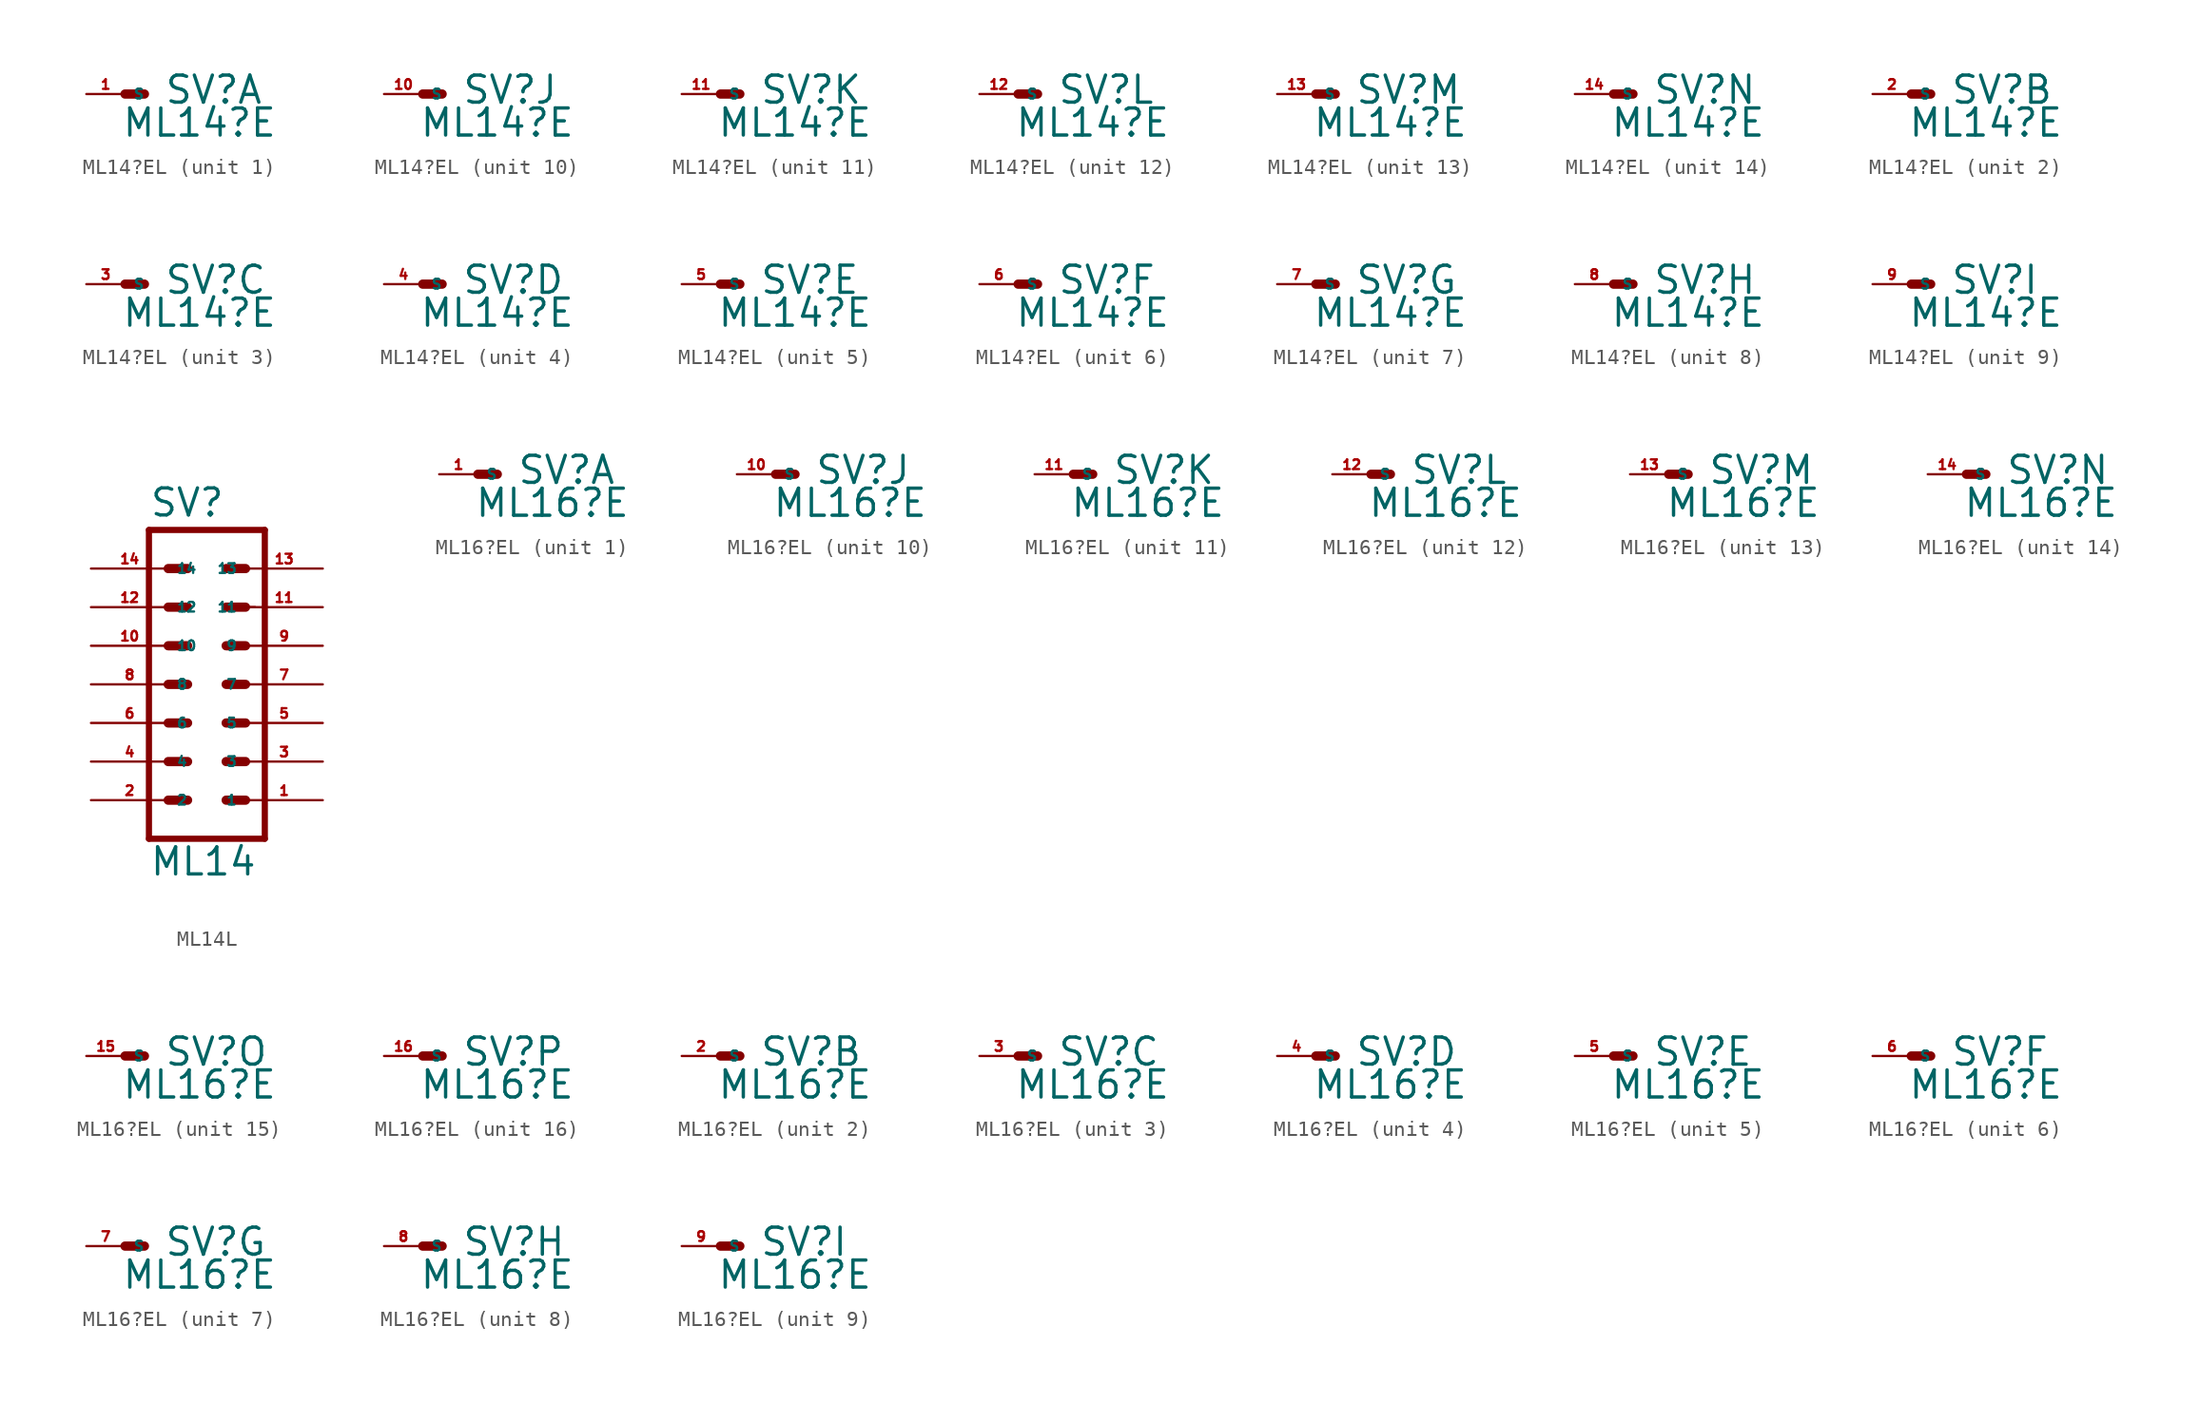
<source format=kicad_sym>
(kicad_symbol_lib
  (version 20220914)
  (generator Eagle2Kicad)
  (symbol "ML14?EL"
    (property "Reference" "SV"
      (at 2.54 -0.762 0)
      (effects (font (size 1.778 1.778) (thickness 0.22)) (justify left bottom)))
    (property "Value" "ML14?E"
      (at -0.254 -2.921 0)
      (effects (font (size 1.778 1.778) (thickness 0.22)) (justify left bottom)))
    (symbol "ML14?EL_1_0"
      (polyline (pts (xy 1.27 0) (xy 0 0)) (stroke (width 0.61) (type default)) (fill (type none)))
      (pin passive line (at -2.54 0 0) (length 2.54) (name "S" (effects (font (size 0.635 0.635) (thickness 0.08)) (justify left bottom))) (number "1" (effects (font (size 0.635 0.635) (thickness 0.08)) (justify left bottom)))))
    (symbol "ML14?EL_2_0"
      (polyline (pts (xy 1.27 0) (xy 0 0)) (stroke (width 0.61) (type default)) (fill (type none)))
      (pin passive line (at -2.54 0 0) (length 2.54) (name "S" (effects (font (size 0.635 0.635) (thickness 0.08)) (justify left bottom))) (number "2" (effects (font (size 0.635 0.635) (thickness 0.08)) (justify left bottom)))))
    (symbol "ML14?EL_3_0"
      (polyline (pts (xy 1.27 0) (xy 0 0)) (stroke (width 0.61) (type default)) (fill (type none)))
      (pin passive line (at -2.54 0 0) (length 2.54) (name "S" (effects (font (size 0.635 0.635) (thickness 0.08)) (justify left bottom))) (number "3" (effects (font (size 0.635 0.635) (thickness 0.08)) (justify left bottom)))))
    (symbol "ML14?EL_4_0"
      (polyline (pts (xy 1.27 0) (xy 0 0)) (stroke (width 0.61) (type default)) (fill (type none)))
      (pin passive line (at -2.54 0 0) (length 2.54) (name "S" (effects (font (size 0.635 0.635) (thickness 0.08)) (justify left bottom))) (number "4" (effects (font (size 0.635 0.635) (thickness 0.08)) (justify left bottom)))))
    (symbol "ML14?EL_5_0"
      (polyline (pts (xy 1.27 0) (xy 0 0)) (stroke (width 0.61) (type default)) (fill (type none)))
      (pin passive line (at -2.54 0 0) (length 2.54) (name "S" (effects (font (size 0.635 0.635) (thickness 0.08)) (justify left bottom))) (number "5" (effects (font (size 0.635 0.635) (thickness 0.08)) (justify left bottom)))))
    (symbol "ML14?EL_6_0"
      (polyline (pts (xy 1.27 0) (xy 0 0)) (stroke (width 0.61) (type default)) (fill (type none)))
      (pin passive line (at -2.54 0 0) (length 2.54) (name "S" (effects (font (size 0.635 0.635) (thickness 0.08)) (justify left bottom))) (number "6" (effects (font (size 0.635 0.635) (thickness 0.08)) (justify left bottom)))))
    (symbol "ML14?EL_7_0"
      (polyline (pts (xy 1.27 0) (xy 0 0)) (stroke (width 0.61) (type default)) (fill (type none)))
      (pin passive line (at -2.54 0 0) (length 2.54) (name "S" (effects (font (size 0.635 0.635) (thickness 0.08)) (justify left bottom))) (number "7" (effects (font (size 0.635 0.635) (thickness 0.08)) (justify left bottom)))))
    (symbol "ML14?EL_8_0"
      (polyline (pts (xy 1.27 0) (xy 0 0)) (stroke (width 0.61) (type default)) (fill (type none)))
      (pin passive line (at -2.54 0 0) (length 2.54) (name "S" (effects (font (size 0.635 0.635) (thickness 0.08)) (justify left bottom))) (number "8" (effects (font (size 0.635 0.635) (thickness 0.08)) (justify left bottom)))))
    (symbol "ML14?EL_9_0"
      (polyline (pts (xy 1.27 0) (xy 0 0)) (stroke (width 0.61) (type default)) (fill (type none)))
      (pin passive line (at -2.54 0 0) (length 2.54) (name "S" (effects (font (size 0.635 0.635) (thickness 0.08)) (justify left bottom))) (number "9" (effects (font (size 0.635 0.635) (thickness 0.08)) (justify left bottom)))))
    (symbol "ML14?EL_10_0"
      (polyline (pts (xy 1.27 0) (xy 0 0)) (stroke (width 0.61) (type default)) (fill (type none)))
      (pin passive line (at -2.54 0 0) (length 2.54) (name "S" (effects (font (size 0.635 0.635) (thickness 0.08)) (justify left bottom))) (number "10" (effects (font (size 0.635 0.635) (thickness 0.08)) (justify left bottom)))))
    (symbol "ML14?EL_11_0"
      (polyline (pts (xy 1.27 0) (xy 0 0)) (stroke (width 0.61) (type default)) (fill (type none)))
      (pin passive line (at -2.54 0 0) (length 2.54) (name "S" (effects (font (size 0.635 0.635) (thickness 0.08)) (justify left bottom))) (number "11" (effects (font (size 0.635 0.635) (thickness 0.08)) (justify left bottom)))))
    (symbol "ML14?EL_12_0"
      (polyline (pts (xy 1.27 0) (xy 0 0)) (stroke (width 0.61) (type default)) (fill (type none)))
      (pin passive line (at -2.54 0 0) (length 2.54) (name "S" (effects (font (size 0.635 0.635) (thickness 0.08)) (justify left bottom))) (number "12" (effects (font (size 0.635 0.635) (thickness 0.08)) (justify left bottom)))))
    (symbol "ML14?EL_13_0"
      (polyline (pts (xy 1.27 0) (xy 0 0)) (stroke (width 0.61) (type default)) (fill (type none)))
      (pin passive line (at -2.54 0 0) (length 2.54) (name "S" (effects (font (size 0.635 0.635) (thickness 0.08)) (justify left bottom))) (number "13" (effects (font (size 0.635 0.635) (thickness 0.08)) (justify left bottom)))))
    (symbol "ML14?EL_14_0"
      (polyline (pts (xy 1.27 0) (xy 0 0)) (stroke (width 0.61) (type default)) (fill (type none)))
      (pin passive line (at -2.54 0 0) (length 2.54) (name "S" (effects (font (size 0.635 0.635) (thickness 0.08)) (justify left bottom))) (number "14" (effects (font (size 0.635 0.635) (thickness 0.08)) (justify left bottom))))))
  (symbol "ML14L"
    (property "Reference" "SV"
      (at -3.81 10.922 0)
      (effects (font (size 1.778 1.778) (thickness 0.22)) (justify left bottom)))
    (property "Value" "ML14"
      (at -3.81 -12.7 0)
      (effects (font (size 1.778 1.778) (thickness 0.22)) (justify left bottom)))
    (polyline
      (pts (xy 3.81 -10.16) (xy -3.81 -10.16))
      (stroke (width 0.406) (type default))
      (fill (type none)))
    (polyline
      (pts (xy -3.81 10.16) (xy -3.81 -10.16))
      (stroke (width 0.406) (type default))
      (fill (type none)))
    (polyline
      (pts (xy -3.81 10.16) (xy 3.81 10.16))
      (stroke (width 0.406) (type default))
      (fill (type none)))
    (polyline
      (pts (xy 3.81 -10.16) (xy 3.81 10.16))
      (stroke (width 0.406) (type default))
      (fill (type none)))
    (polyline
      (pts (xy 2.54 5.08) (xy 3.175 5.08))
      (stroke (width 0.152) (type default))
      (fill (type none)))
    (polyline
      (pts (xy 1.27 2.54) (xy 2.54 2.54))
      (stroke (width 0.61) (type default))
      (fill (type none)))
    (polyline
      (pts (xy 1.27 0) (xy 2.54 0))
      (stroke (width 0.61) (type default))
      (fill (type none)))
    (polyline
      (pts (xy 1.27 -2.54) (xy 2.54 -2.54))
      (stroke (width 0.61) (type default))
      (fill (type none)))
    (polyline
      (pts (xy 1.27 -5.08) (xy 2.54 -5.08))
      (stroke (width 0.61) (type default))
      (fill (type none)))
    (polyline
      (pts (xy 1.27 -7.62) (xy 2.54 -7.62))
      (stroke (width 0.61) (type default))
      (fill (type none)))
    (polyline
      (pts (xy -2.54 2.54) (xy -1.27 2.54))
      (stroke (width 0.61) (type default))
      (fill (type none)))
    (polyline
      (pts (xy -2.54 0) (xy -1.27 0))
      (stroke (width 0.61) (type default))
      (fill (type none)))
    (polyline
      (pts (xy -2.54 -2.54) (xy -1.27 -2.54))
      (stroke (width 0.61) (type default))
      (fill (type none)))
    (polyline
      (pts (xy -2.54 -5.08) (xy -1.27 -5.08))
      (stroke (width 0.61) (type default))
      (fill (type none)))
    (polyline
      (pts (xy -2.54 -7.62) (xy -1.27 -7.62))
      (stroke (width 0.61) (type default))
      (fill (type none)))
    (polyline
      (pts (xy 1.27 5.08) (xy 2.54 5.08))
      (stroke (width 0.61) (type default))
      (fill (type none)))
    (polyline
      (pts (xy 1.27 7.62) (xy 2.54 7.62))
      (stroke (width 0.61) (type default))
      (fill (type none)))
    (polyline
      (pts (xy -2.54 5.08) (xy -1.27 5.08))
      (stroke (width 0.61) (type default))
      (fill (type none)))
    (polyline
      (pts (xy -2.54 7.62) (xy -1.27 7.62))
      (stroke (width 0.61) (type default))
      (fill (type none)))
    (pin passive line
      (at 7.62 -7.62 180)
      (length 5.08)
      (name "1" (effects (font (size 0.635 0.635) (thickness 0.08)) (justify left bottom)))
      (number "1" (effects (font (size 0.635 0.635) (thickness 0.08)) (justify left bottom))))
    (pin passive line
      (at 7.62 -5.08 180)
      (length 5.08)
      (name "3" (effects (font (size 0.635 0.635) (thickness 0.08)) (justify left bottom)))
      (number "3" (effects (font (size 0.635 0.635) (thickness 0.08)) (justify left bottom))))
    (pin passive line
      (at 7.62 -2.54 180)
      (length 5.08)
      (name "5" (effects (font (size 0.635 0.635) (thickness 0.08)) (justify left bottom)))
      (number "5" (effects (font (size 0.635 0.635) (thickness 0.08)) (justify left bottom))))
    (pin passive line
      (at 7.62 0 180)
      (length 5.08)
      (name "7" (effects (font (size 0.635 0.635) (thickness 0.08)) (justify left bottom)))
      (number "7" (effects (font (size 0.635 0.635) (thickness 0.08)) (justify left bottom))))
    (pin passive line
      (at 7.62 2.54 180)
      (length 5.08)
      (name "9" (effects (font (size 0.635 0.635) (thickness 0.08)) (justify left bottom)))
      (number "9" (effects (font (size 0.635 0.635) (thickness 0.08)) (justify left bottom))))
    (pin passive line
      (at 7.62 5.08 180)
      (length 5.08)
      (name "11" (effects (font (size 0.635 0.635) (thickness 0.08)) (justify left bottom)))
      (number "11" (effects (font (size 0.635 0.635) (thickness 0.08)) (justify left bottom))))
    (pin passive line
      (at 7.62 7.62 180)
      (length 5.08)
      (name "13" (effects (font (size 0.635 0.635) (thickness 0.08)) (justify left bottom)))
      (number "13" (effects (font (size 0.635 0.635) (thickness 0.08)) (justify left bottom))))
    (pin passive line
      (at -7.62 -7.62 0)
      (length 5.08)
      (name "2" (effects (font (size 0.635 0.635) (thickness 0.08)) (justify left bottom)))
      (number "2" (effects (font (size 0.635 0.635) (thickness 0.08)) (justify left bottom))))
    (pin passive line
      (at -7.62 -5.08 0)
      (length 5.08)
      (name "4" (effects (font (size 0.635 0.635) (thickness 0.08)) (justify left bottom)))
      (number "4" (effects (font (size 0.635 0.635) (thickness 0.08)) (justify left bottom))))
    (pin passive line
      (at -7.62 -2.54 0)
      (length 5.08)
      (name "6" (effects (font (size 0.635 0.635) (thickness 0.08)) (justify left bottom)))
      (number "6" (effects (font (size 0.635 0.635) (thickness 0.08)) (justify left bottom))))
    (pin passive line
      (at -7.62 5.08 0)
      (length 5.08)
      (name "12" (effects (font (size 0.635 0.635) (thickness 0.08)) (justify left bottom)))
      (number "12" (effects (font (size 0.635 0.635) (thickness 0.08)) (justify left bottom))))
    (pin passive line
      (at -7.62 7.62 0)
      (length 5.08)
      (name "14" (effects (font (size 0.635 0.635) (thickness 0.08)) (justify left bottom)))
      (number "14" (effects (font (size 0.635 0.635) (thickness 0.08)) (justify left bottom))))
    (pin passive line
      (at -7.62 0 0)
      (length 5.08)
      (name "8" (effects (font (size 0.635 0.635) (thickness 0.08)) (justify left bottom)))
      (number "8" (effects (font (size 0.635 0.635) (thickness 0.08)) (justify left bottom))))
    (pin passive line
      (at -7.62 2.54 0)
      (length 5.08)
      (name "10" (effects (font (size 0.635 0.635) (thickness 0.08)) (justify left bottom)))
      (number "10" (effects (font (size 0.635 0.635) (thickness 0.08)) (justify left bottom)))))
  (symbol "ML16?EL"
    (property "Reference" "SV"
      (at 2.54 -0.762 0)
      (effects (font (size 1.778 1.778) (thickness 0.22)) (justify left bottom)))
    (property "Value" "ML16?E"
      (at -0.254 -2.921 0)
      (effects (font (size 1.778 1.778) (thickness 0.22)) (justify left bottom)))
    (symbol "ML16?EL_1_0"
      (polyline (pts (xy 1.27 0) (xy 0 0)) (stroke (width 0.61) (type default)) (fill (type none)))
      (pin passive line (at -2.54 0 0) (length 2.54) (name "S" (effects (font (size 0.635 0.635) (thickness 0.08)) (justify left bottom))) (number "1" (effects (font (size 0.635 0.635) (thickness 0.08)) (justify left bottom)))))
    (symbol "ML16?EL_2_0"
      (polyline (pts (xy 1.27 0) (xy 0 0)) (stroke (width 0.61) (type default)) (fill (type none)))
      (pin passive line (at -2.54 0 0) (length 2.54) (name "S" (effects (font (size 0.635 0.635) (thickness 0.08)) (justify left bottom))) (number "2" (effects (font (size 0.635 0.635) (thickness 0.08)) (justify left bottom)))))
    (symbol "ML16?EL_3_0"
      (polyline (pts (xy 1.27 0) (xy 0 0)) (stroke (width 0.61) (type default)) (fill (type none)))
      (pin passive line (at -2.54 0 0) (length 2.54) (name "S" (effects (font (size 0.635 0.635) (thickness 0.08)) (justify left bottom))) (number "3" (effects (font (size 0.635 0.635) (thickness 0.08)) (justify left bottom)))))
    (symbol "ML16?EL_4_0"
      (polyline (pts (xy 1.27 0) (xy 0 0)) (stroke (width 0.61) (type default)) (fill (type none)))
      (pin passive line (at -2.54 0 0) (length 2.54) (name "S" (effects (font (size 0.635 0.635) (thickness 0.08)) (justify left bottom))) (number "4" (effects (font (size 0.635 0.635) (thickness 0.08)) (justify left bottom)))))
    (symbol "ML16?EL_5_0"
      (polyline (pts (xy 1.27 0) (xy 0 0)) (stroke (width 0.61) (type default)) (fill (type none)))
      (pin passive line (at -2.54 0 0) (length 2.54) (name "S" (effects (font (size 0.635 0.635) (thickness 0.08)) (justify left bottom))) (number "5" (effects (font (size 0.635 0.635) (thickness 0.08)) (justify left bottom)))))
    (symbol "ML16?EL_6_0"
      (polyline (pts (xy 1.27 0) (xy 0 0)) (stroke (width 0.61) (type default)) (fill (type none)))
      (pin passive line (at -2.54 0 0) (length 2.54) (name "S" (effects (font (size 0.635 0.635) (thickness 0.08)) (justify left bottom))) (number "6" (effects (font (size 0.635 0.635) (thickness 0.08)) (justify left bottom)))))
    (symbol "ML16?EL_7_0"
      (polyline (pts (xy 1.27 0) (xy 0 0)) (stroke (width 0.61) (type default)) (fill (type none)))
      (pin passive line (at -2.54 0 0) (length 2.54) (name "S" (effects (font (size 0.635 0.635) (thickness 0.08)) (justify left bottom))) (number "7" (effects (font (size 0.635 0.635) (thickness 0.08)) (justify left bottom)))))
    (symbol "ML16?EL_8_0"
      (polyline (pts (xy 1.27 0) (xy 0 0)) (stroke (width 0.61) (type default)) (fill (type none)))
      (pin passive line (at -2.54 0 0) (length 2.54) (name "S" (effects (font (size 0.635 0.635) (thickness 0.08)) (justify left bottom))) (number "8" (effects (font (size 0.635 0.635) (thickness 0.08)) (justify left bottom)))))
    (symbol "ML16?EL_9_0"
      (polyline (pts (xy 1.27 0) (xy 0 0)) (stroke (width 0.61) (type default)) (fill (type none)))
      (pin passive line (at -2.54 0 0) (length 2.54) (name "S" (effects (font (size 0.635 0.635) (thickness 0.08)) (justify left bottom))) (number "9" (effects (font (size 0.635 0.635) (thickness 0.08)) (justify left bottom)))))
    (symbol "ML16?EL_10_0"
      (polyline (pts (xy 1.27 0) (xy 0 0)) (stroke (width 0.61) (type default)) (fill (type none)))
      (pin passive line (at -2.54 0 0) (length 2.54) (name "S" (effects (font (size 0.635 0.635) (thickness 0.08)) (justify left bottom))) (number "10" (effects (font (size 0.635 0.635) (thickness 0.08)) (justify left bottom)))))
    (symbol "ML16?EL_11_0"
      (polyline (pts (xy 1.27 0) (xy 0 0)) (stroke (width 0.61) (type default)) (fill (type none)))
      (pin passive line (at -2.54 0 0) (length 2.54) (name "S" (effects (font (size 0.635 0.635) (thickness 0.08)) (justify left bottom))) (number "11" (effects (font (size 0.635 0.635) (thickness 0.08)) (justify left bottom)))))
    (symbol "ML16?EL_12_0"
      (polyline (pts (xy 1.27 0) (xy 0 0)) (stroke (width 0.61) (type default)) (fill (type none)))
      (pin passive line (at -2.54 0 0) (length 2.54) (name "S" (effects (font (size 0.635 0.635) (thickness 0.08)) (justify left bottom))) (number "12" (effects (font (size 0.635 0.635) (thickness 0.08)) (justify left bottom)))))
    (symbol "ML16?EL_13_0"
      (polyline (pts (xy 1.27 0) (xy 0 0)) (stroke (width 0.61) (type default)) (fill (type none)))
      (pin passive line (at -2.54 0 0) (length 2.54) (name "S" (effects (font (size 0.635 0.635) (thickness 0.08)) (justify left bottom))) (number "13" (effects (font (size 0.635 0.635) (thickness 0.08)) (justify left bottom)))))
    (symbol "ML16?EL_14_0"
      (polyline (pts (xy 1.27 0) (xy 0 0)) (stroke (width 0.61) (type default)) (fill (type none)))
      (pin passive line (at -2.54 0 0) (length 2.54) (name "S" (effects (font (size 0.635 0.635) (thickness 0.08)) (justify left bottom))) (number "14" (effects (font (size 0.635 0.635) (thickness 0.08)) (justify left bottom)))))
    (symbol "ML16?EL_15_0"
      (polyline (pts (xy 1.27 0) (xy 0 0)) (stroke (width 0.61) (type default)) (fill (type none)))
      (pin passive line (at -2.54 0 0) (length 2.54) (name "S" (effects (font (size 0.635 0.635) (thickness 0.08)) (justify left bottom))) (number "15" (effects (font (size 0.635 0.635) (thickness 0.08)) (justify left bottom)))))
    (symbol "ML16?EL_16_0"
      (polyline (pts (xy 1.27 0) (xy 0 0)) (stroke (width 0.61) (type default)) (fill (type none)))
      (pin passive line (at -2.54 0 0) (length 2.54) (name "S" (effects (font (size 0.635 0.635) (thickness 0.08)) (justify left bottom))) (number "16" (effects (font (size 0.635 0.635) (thickness 0.08)) (justify left bottom)))))))
</source>
